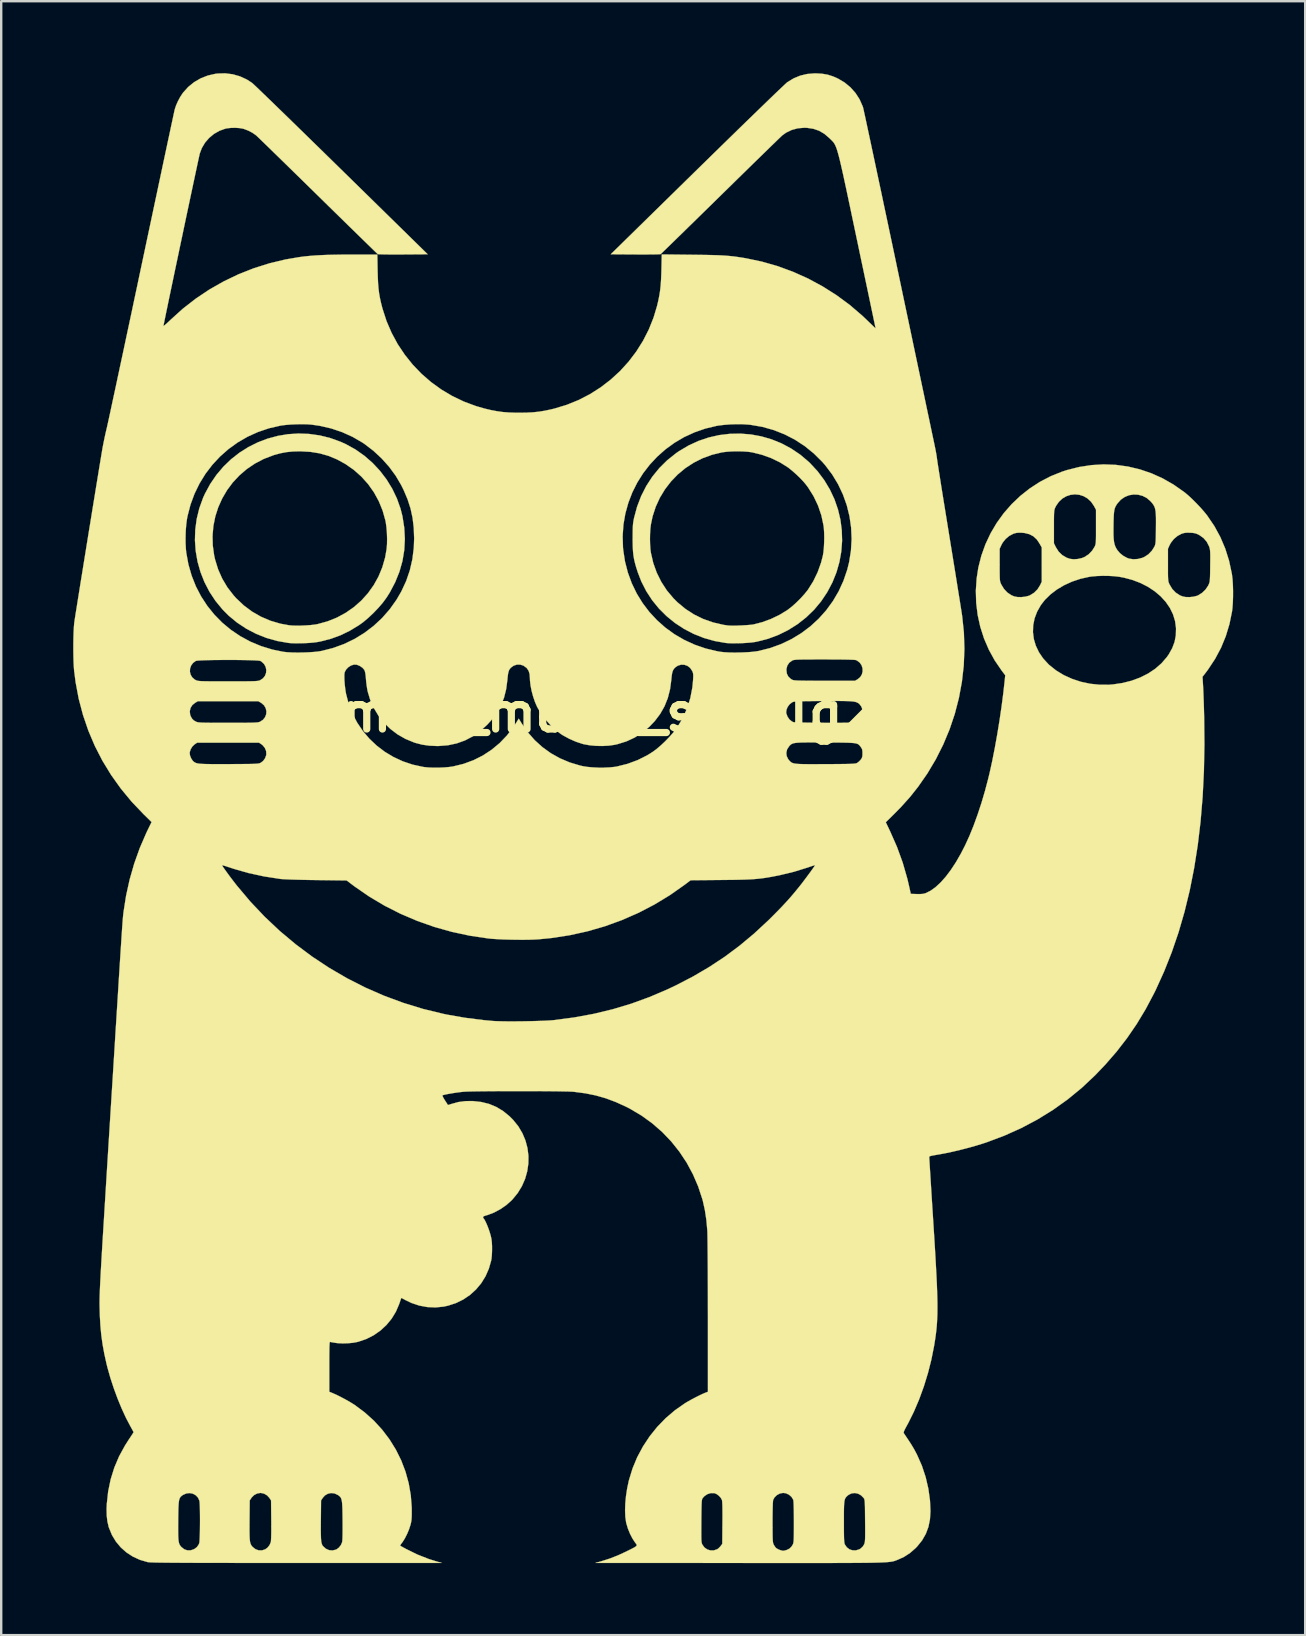
<source format=kicad_pcb>
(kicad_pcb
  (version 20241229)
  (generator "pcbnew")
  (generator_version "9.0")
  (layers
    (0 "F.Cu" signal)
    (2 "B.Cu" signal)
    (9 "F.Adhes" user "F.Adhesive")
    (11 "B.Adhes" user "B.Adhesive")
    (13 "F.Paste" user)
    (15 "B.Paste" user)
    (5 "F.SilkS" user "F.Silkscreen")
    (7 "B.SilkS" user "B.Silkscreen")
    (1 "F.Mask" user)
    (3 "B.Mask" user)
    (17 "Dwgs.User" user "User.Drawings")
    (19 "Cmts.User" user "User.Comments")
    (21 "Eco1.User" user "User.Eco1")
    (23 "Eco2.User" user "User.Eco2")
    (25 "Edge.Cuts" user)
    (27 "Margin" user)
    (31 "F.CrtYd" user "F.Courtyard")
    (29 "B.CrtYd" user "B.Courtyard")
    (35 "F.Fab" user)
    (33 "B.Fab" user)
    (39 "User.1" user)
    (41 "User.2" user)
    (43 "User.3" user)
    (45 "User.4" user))
  (footprint "mini_meow_silk_lg2"
    (layer "F.Cu")
    (at 22.352 26.631)
    (property "Reference" "mini_meow_silk_lg2" (at 0 0 0) (layer "F.SilkS") (effects (font (size 1.524 1.524) (thickness 0.3))))
    (attr through_hole)
    (fp_poly (pts (xy -12.526 -11.604) (xy -12.083 -11.542) (xy -11.642 -11.432) (xy -11.208 -11.275) (xy -10.986 -11.174) (xy -10.59 -10.954) (xy -10.22 -10.693) (xy -9.879 -10.395) (xy -9.57 -10.064) (xy -9.296 -9.704) (xy -9.06 -9.318) (xy -8.866 -8.912) (xy -8.716 -8.489) (xy -8.636 -8.173) (xy -8.561 -7.695) (xy -8.536 -7.225) (xy -8.561 -6.764) (xy -8.636 -6.31) (xy -8.762 -5.865) (xy -8.937 -5.43) (xy -9.161 -5.004) (xy -9.299 -4.786) (xy -9.449 -4.581) (xy -9.634 -4.365) (xy -9.84 -4.149) (xy -10.056 -3.945) (xy -10.271 -3.764) (xy -10.45 -3.635) (xy -10.834 -3.402) (xy -11.22 -3.215) (xy -11.617 -3.07) (xy -12.036 -2.962) (xy -12.179 -2.934) (xy -12.32 -2.915) (xy -12.496 -2.899) (xy -12.692 -2.888) (xy -12.895 -2.882) (xy -13.088 -2.881) (xy -13.26 -2.886) (xy -13.386 -2.897) (xy -13.851 -2.978) (xy -14.301 -3.105) (xy -14.733 -3.277) (xy -15.142 -3.49) (xy -15.525 -3.744) (xy -15.878 -4.035) (xy -16.127 -4.286) (xy -16.422 -4.644) (xy -16.675 -5.027) (xy -16.884 -5.43) (xy -17.05 -5.85) (xy -17.172 -6.283) (xy -17.249 -6.725) (xy -17.281 -7.172) (xy -17.275 -7.368) (xy -16.548 -7.368) (xy -16.538 -6.955) (xy -16.48 -6.539) (xy -16.443 -6.375) (xy -16.316 -5.963) (xy -16.145 -5.577) (xy -15.93 -5.215) (xy -15.671 -4.879) (xy -15.563 -4.759) (xy -15.245 -4.459) (xy -14.902 -4.203) (xy -14.533 -3.991) (xy -14.141 -3.823) (xy -13.725 -3.7) (xy -13.36 -3.633) (xy -13.222 -3.621) (xy -13.049 -3.616) (xy -12.854 -3.618) (xy -12.653 -3.627) (xy -12.46 -3.641) (xy -12.289 -3.661) (xy -12.174 -3.681) (xy -11.757 -3.796) (xy -11.363 -3.955) (xy -10.995 -4.155) (xy -10.656 -4.392) (xy -10.348 -4.664) (xy -10.073 -4.969) (xy -9.834 -5.304) (xy -9.633 -5.666) (xy -9.474 -6.052) (xy -9.357 -6.46) (xy -9.295 -6.817) (xy -9.279 -7.018) (xy -9.276 -7.247) (xy -9.284 -7.487) (xy -9.303 -7.719) (xy -9.332 -7.926) (xy -9.344 -7.989) (xy -9.46 -8.404) (xy -9.62 -8.798) (xy -9.823 -9.169) (xy -10.066 -9.513) (xy -10.347 -9.826) (xy -10.663 -10.107) (xy -11.011 -10.35) (xy -11.364 -10.543) (xy -11.721 -10.691) (xy -12.087 -10.795) (xy -12.468 -10.857) (xy -12.873 -10.88) (xy -12.916 -10.88) (xy -13.206 -10.872) (xy -13.466 -10.846) (xy -13.716 -10.799) (xy -13.976 -10.728) (xy -14.019 -10.714) (xy -14.415 -10.562) (xy -14.783 -10.369) (xy -15.122 -10.14) (xy -15.429 -9.876) (xy -15.704 -9.582) (xy -15.943 -9.261) (xy -16.145 -8.916) (xy -16.309 -8.551) (xy -16.432 -8.169) (xy -16.512 -7.774) (xy -16.548 -7.368) (xy -17.275 -7.368) (xy -17.267 -7.62) (xy -17.207 -8.066) (xy -17.099 -8.506) (xy -16.944 -8.936) (xy -16.868 -9.106) (xy -16.645 -9.518) (xy -16.386 -9.897) (xy -16.094 -10.242) (xy -15.773 -10.551) (xy -15.426 -10.823) (xy -15.055 -11.057) (xy -14.665 -11.252) (xy -14.258 -11.407) (xy -13.837 -11.521) (xy -13.406 -11.593) (xy -12.968 -11.621) (xy -12.526 -11.604)) (stroke (width 0.01) (type solid)) (fill yes) (layer "F.SilkS"))
    (fp_poly (pts (xy 5.882 -11.582) (xy 6.317 -11.502) (xy 6.743 -11.378) (xy 7.155 -11.211) (xy 7.551 -11) (xy 7.927 -10.747) (xy 8.278 -10.451) (xy 8.34 -10.392) (xy 8.66 -10.046) (xy 8.937 -9.676) (xy 9.171 -9.286) (xy 9.361 -8.88) (xy 9.507 -8.459) (xy 9.609 -8.029) (xy 9.666 -7.591) (xy 9.679 -7.15) (xy 9.646 -6.71) (xy 9.568 -6.272) (xy 9.445 -5.841) (xy 9.276 -5.42) (xy 9.061 -5.013) (xy 8.802 -4.626) (xy 8.51 -4.277) (xy 8.182 -3.961) (xy 7.822 -3.678) (xy 7.434 -3.434) (xy 7.023 -3.23) (xy 6.595 -3.07) (xy 6.153 -2.956) (xy 6.045 -2.935) (xy 5.898 -2.915) (xy 5.718 -2.9) (xy 5.519 -2.888) (xy 5.315 -2.882) (xy 5.121 -2.881) (xy 4.949 -2.886) (xy 4.826 -2.897) (xy 4.365 -2.978) (xy 3.92 -3.104) (xy 3.495 -3.273) (xy 3.092 -3.483) (xy 2.715 -3.73) (xy 2.366 -4.014) (xy 2.049 -4.33) (xy 1.766 -4.678) (xy 1.521 -5.054) (xy 1.315 -5.457) (xy 1.171 -5.83) (xy 1.103 -6.039) (xy 1.052 -6.22) (xy 1.013 -6.387) (xy 0.986 -6.55) (xy 0.968 -6.722) (xy 0.958 -6.916) (xy 0.954 -7.143) (xy 0.954 -7.223) (xy 1.675 -7.223) (xy 1.68 -7.007) (xy 1.693 -6.809) (xy 1.713 -6.654) (xy 1.812 -6.228) (xy 1.957 -5.823) (xy 2.146 -5.442) (xy 2.377 -5.086) (xy 2.65 -4.76) (xy 2.825 -4.586) (xy 3.155 -4.313) (xy 3.512 -4.082) (xy 3.896 -3.894) (xy 4.304 -3.751) (xy 4.736 -3.651) (xy 4.928 -3.623) (xy 5.016 -3.617) (xy 5.142 -3.615) (xy 5.294 -3.618) (xy 5.458 -3.624) (xy 5.624 -3.633) (xy 5.777 -3.644) (xy 5.906 -3.656) (xy 5.994 -3.669) (xy 6.355 -3.763) (xy 6.716 -3.896) (xy 7.063 -4.062) (xy 7.38 -4.254) (xy 7.423 -4.284) (xy 7.587 -4.412) (xy 7.764 -4.57) (xy 7.94 -4.744) (xy 8.102 -4.922) (xy 8.238 -5.089) (xy 8.262 -5.122) (xy 8.478 -5.467) (xy 8.66 -5.843) (xy 8.802 -6.239) (xy 8.877 -6.528) (xy 8.902 -6.678) (xy 8.92 -6.864) (xy 8.931 -7.072) (xy 8.935 -7.286) (xy 8.931 -7.493) (xy 8.919 -7.678) (xy 8.906 -7.785) (xy 8.816 -8.209) (xy 8.677 -8.618) (xy 8.492 -9.007) (xy 8.262 -9.375) (xy 8.175 -9.491) (xy 8.066 -9.621) (xy 7.928 -9.767) (xy 7.773 -9.916) (xy 7.615 -10.057) (xy 7.467 -10.177) (xy 7.419 -10.213) (xy 7.084 -10.423) (xy 6.717 -10.6) (xy 6.327 -10.739) (xy 5.931 -10.837) (xy 5.758 -10.861) (xy 5.55 -10.875) (xy 5.324 -10.88) (xy 5.096 -10.876) (xy 4.881 -10.862) (xy 4.695 -10.839) (xy 4.674 -10.836) (xy 4.26 -10.736) (xy 3.866 -10.591) (xy 3.496 -10.405) (xy 3.151 -10.18) (xy 2.835 -9.918) (xy 2.551 -9.624) (xy 2.301 -9.299) (xy 2.088 -8.947) (xy 1.915 -8.57) (xy 1.785 -8.171) (xy 1.712 -7.824) (xy 1.691 -7.648) (xy 1.679 -7.443) (xy 1.675 -7.223) (xy 0.954 -7.223) (xy 0.954 -7.252) (xy 0.955 -7.449) (xy 0.957 -7.606) (xy 0.961 -7.731) (xy 0.968 -7.834) (xy 0.979 -7.925) (xy 0.994 -8.013) (xy 1.012 -8.103) (xy 1.138 -8.571) (xy 1.308 -9.016) (xy 1.52 -9.433) (xy 1.773 -9.823) (xy 2.066 -10.183) (xy 2.397 -10.51) (xy 2.766 -10.804) (xy 2.883 -10.885) (xy 3.281 -11.121) (xy 3.695 -11.312) (xy 4.122 -11.456) (xy 4.558 -11.555) (xy 4.999 -11.608) (xy 5.441 -11.617) (xy 5.882 -11.582)) (stroke (width 0.01) (type solid)) (fill yes) (layer "F.SilkS"))
    (fp_poly (pts (xy -15.704 -26.586) (xy -15.402 -26.499) (xy -15.118 -26.368) (xy -14.901 -26.227) (xy -14.869 -26.199) (xy -14.802 -26.137) (xy -14.703 -26.043) (xy -14.573 -25.918) (xy -14.414 -25.765) (xy -14.228 -25.585) (xy -14.016 -25.381) (xy -13.781 -25.152) (xy -13.524 -24.903) (xy -13.248 -24.634) (xy -12.953 -24.346) (xy -12.642 -24.043) (xy -12.317 -23.725) (xy -11.979 -23.395) (xy -11.63 -23.053) (xy -11.272 -22.703) (xy -11.172 -22.605) (xy -7.585 -19.088) (xy -8.607 -19.081) (xy -8.831 -19.08) (xy -9.04 -19.08) (xy -9.228 -19.081) (xy -9.389 -19.083) (xy -9.518 -19.086) (xy -9.609 -19.089) (xy -9.658 -19.093) (xy -9.663 -19.094) (xy -9.685 -19.114) (xy -9.741 -19.167) (xy -9.829 -19.252) (xy -9.946 -19.366) (xy -10.092 -19.508) (xy -10.263 -19.675) (xy -10.458 -19.865) (xy -10.674 -20.076) (xy -10.91 -20.306) (xy -11.162 -20.554) (xy -11.43 -20.816) (xy -11.711 -21.091) (xy -12.002 -21.377) (xy -12.163 -21.535) (xy -12.461 -21.827) (xy -12.75 -22.111) (xy -13.029 -22.383) (xy -13.294 -22.643) (xy -13.544 -22.887) (xy -13.776 -23.114) (xy -13.989 -23.321) (xy -14.179 -23.507) (xy -14.346 -23.669) (xy -14.486 -23.805) (xy -14.597 -23.913) (xy -14.678 -23.99) (xy -14.726 -24.035) (xy -14.737 -24.045) (xy -14.885 -24.149) (xy -15.062 -24.241) (xy -15.243 -24.31) (xy -15.283 -24.321) (xy -15.429 -24.346) (xy -15.601 -24.357) (xy -15.781 -24.353) (xy -15.945 -24.335) (xy -16.016 -24.32) (xy -16.262 -24.232) (xy -16.489 -24.102) (xy -16.69 -23.935) (xy -16.86 -23.738) (xy -16.993 -23.515) (xy -17.078 -23.292) (xy -17.088 -23.251) (xy -17.107 -23.165) (xy -17.135 -23.037) (xy -17.171 -22.87) (xy -17.214 -22.668) (xy -17.264 -22.434) (xy -17.32 -22.172) (xy -17.381 -21.884) (xy -17.447 -21.575) (xy -17.516 -21.248) (xy -17.589 -20.906) (xy -17.664 -20.552) (xy -17.74 -20.191) (xy -17.817 -19.824) (xy -17.895 -19.457) (xy -17.971 -19.092) (xy -18.047 -18.733) (xy -18.121 -18.383) (xy -18.191 -18.045) (xy -18.259 -17.723) (xy -18.322 -17.421) (xy -18.381 -17.141) (xy -18.433 -16.887) (xy -18.48 -16.663) (xy -18.519 -16.472) (xy -18.551 -16.317) (xy -18.574 -16.202) (xy -18.589 -16.13) (xy -18.593 -16.105) (xy -18.576 -16.11) (xy -18.529 -16.146) (xy -18.458 -16.207) (xy -18.368 -16.29) (xy -18.294 -16.361) (xy -17.789 -16.818) (xy -17.251 -17.237) (xy -16.684 -17.617) (xy -16.09 -17.955) (xy -15.473 -18.252) (xy -14.836 -18.504) (xy -14.18 -18.711) (xy -13.509 -18.872) (xy -12.929 -18.971) (xy -12.722 -18.998) (xy -12.511 -19.019) (xy -12.288 -19.037) (xy -12.047 -19.051) (xy -11.783 -19.062) (xy -11.488 -19.069) (xy -11.156 -19.074) (xy -10.781 -19.075) (xy -10.703 -19.075) (xy -9.683 -19.075) (xy -9.671 -18.409) (xy -9.663 -18.128) (xy -9.652 -17.887) (xy -9.635 -17.674) (xy -9.611 -17.479) (xy -9.579 -17.291) (xy -9.538 -17.098) (xy -9.485 -16.889) (xy -9.465 -16.815) (xy -9.298 -16.301) (xy -9.086 -15.81) (xy -8.833 -15.343) (xy -8.539 -14.903) (xy -8.209 -14.491) (xy -7.844 -14.111) (xy -7.446 -13.765) (xy -7.018 -13.455) (xy -6.562 -13.184) (xy -6.081 -12.953) (xy -5.577 -12.765) (xy -5.223 -12.663) (xy -4.951 -12.598) (xy -4.701 -12.551) (xy -4.458 -12.517) (xy -4.206 -12.497) (xy -3.929 -12.488) (xy -3.759 -12.486) (xy -3.46 -12.491) (xy -3.196 -12.505) (xy -2.949 -12.531) (xy -2.705 -12.571) (xy -2.447 -12.626) (xy -2.299 -12.662) (xy -1.784 -12.819) (xy -1.29 -13.02) (xy -0.819 -13.264) (xy -0.374 -13.548) (xy 0.044 -13.87) (xy 0.431 -14.226) (xy 0.785 -14.615) (xy 1.104 -15.035) (xy 1.385 -15.482) (xy 1.626 -15.954) (xy 1.824 -16.449) (xy 1.967 -16.925) (xy 2.021 -17.15) (xy 2.063 -17.36) (xy 2.096 -17.567) (xy 2.12 -17.783) (xy 2.137 -18.02) (xy 2.148 -18.289) (xy 2.153 -18.463) (xy 2.166 -19.082) (xy 3.426 -19.068) (xy 3.755 -19.064) (xy 4.039 -19.06) (xy 4.286 -19.054) (xy 4.5 -19.048) (xy 4.69 -19.039) (xy 4.86 -19.028) (xy 5.018 -19.014) (xy 5.17 -18.998) (xy 5.322 -18.977) (xy 5.481 -18.953) (xy 5.652 -18.925) (xy 5.664 -18.923) (xy 6.333 -18.783) (xy 6.991 -18.595) (xy 7.634 -18.359) (xy 8.259 -18.079) (xy 8.862 -17.754) (xy 9.441 -17.388) (xy 9.993 -16.982) (xy 10.514 -16.536) (xy 10.712 -16.348) (xy 10.822 -16.241) (xy 10.919 -16.148) (xy 10.997 -16.074) (xy 11.05 -16.024) (xy 11.074 -16.004) (xy 11.074 -16.004) (xy 11.069 -16.03) (xy 11.054 -16.103) (xy 11.03 -16.219) (xy 10.996 -16.378) (xy 10.955 -16.575) (xy 10.906 -16.807) (xy 10.85 -17.074) (xy 10.788 -17.37) (xy 10.72 -17.694) (xy 10.646 -18.044) (xy 10.568 -18.415) (xy 10.485 -18.806) (xy 10.399 -19.214) (xy 10.311 -19.636) (xy 10.3 -19.685) (xy 10.192 -20.2) (xy 10.093 -20.669) (xy 10.004 -21.092) (xy 9.923 -21.473) (xy 9.851 -21.814) (xy 9.785 -22.118) (xy 9.727 -22.387) (xy 9.674 -22.623) (xy 9.627 -22.829) (xy 9.585 -23.007) (xy 9.546 -23.161) (xy 9.511 -23.291) (xy 9.479 -23.401) (xy 9.449 -23.493) (xy 9.42 -23.569) (xy 9.392 -23.633) (xy 9.364 -23.686) (xy 9.335 -23.73) (xy 9.305 -23.769) (xy 9.273 -23.805) (xy 9.238 -23.84) (xy 9.201 -23.876) (xy 9.159 -23.917) (xy 9.146 -23.929) (xy 8.941 -24.105) (xy 8.721 -24.234) (xy 8.482 -24.316) (xy 8.221 -24.355) (xy 8.103 -24.359) (xy 7.832 -24.336) (xy 7.579 -24.267) (xy 7.348 -24.156) (xy 7.191 -24.044) (xy 7.16 -24.015) (xy 7.095 -23.953) (xy 6.998 -23.86) (xy 6.872 -23.737) (xy 6.718 -23.588) (xy 6.539 -23.413) (xy 6.337 -23.216) (xy 6.114 -22.999) (xy 5.872 -22.763) (xy 5.614 -22.51) (xy 5.342 -22.244) (xy 5.058 -21.965) (xy 4.764 -21.677) (xy 4.617 -21.533) (xy 4.321 -21.242) (xy 4.034 -20.961) (xy 3.759 -20.692) (xy 3.498 -20.436) (xy 3.253 -20.197) (xy 3.027 -19.975) (xy 2.82 -19.774) (xy 2.636 -19.594) (xy 2.477 -19.439) (xy 2.344 -19.31) (xy 2.24 -19.209) (xy 2.167 -19.138) (xy 2.126 -19.1) (xy 2.119 -19.094) (xy 2.087 -19.09) (xy 2.01 -19.087) (xy 1.894 -19.084) (xy 1.743 -19.082) (xy 1.564 -19.081) (xy 1.362 -19.08) (xy 1.143 -19.081) (xy 1.064 -19.081) (xy 0.041 -19.088) (xy 3.642 -22.619) (xy 4.003 -22.972) (xy 4.355 -23.317) (xy 4.698 -23.652) (xy 5.028 -23.974) (xy 5.344 -24.283) (xy 5.645 -24.576) (xy 5.929 -24.851) (xy 6.193 -25.107) (xy 6.436 -25.342) (xy 6.656 -25.555) (xy 6.851 -25.743) (xy 7.02 -25.905) (xy 7.161 -26.038) (xy 7.271 -26.142) (xy 7.349 -26.215) (xy 7.393 -26.254) (xy 7.4 -26.259) (xy 7.663 -26.418) (xy 7.934 -26.53) (xy 8.219 -26.598) (xy 8.526 -26.624) (xy 8.584 -26.624) (xy 8.844 -26.61) (xy 9.077 -26.57) (xy 9.303 -26.498) (xy 9.512 -26.405) (xy 9.785 -26.243) (xy 10.028 -26.042) (xy 10.236 -25.808) (xy 10.406 -25.545) (xy 10.534 -25.257) (xy 10.551 -25.209) (xy 10.559 -25.174) (xy 10.578 -25.091) (xy 10.606 -24.962) (xy 10.644 -24.79) (xy 10.69 -24.576) (xy 10.744 -24.323) (xy 10.806 -24.033) (xy 10.876 -23.707) (xy 10.952 -23.349) (xy 11.035 -22.959) (xy 11.124 -22.54) (xy 11.219 -22.094) (xy 11.319 -21.624) (xy 11.423 -21.13) (xy 11.532 -20.616) (xy 11.645 -20.083) (xy 11.761 -19.534) (xy 11.88 -18.97) (xy 12.001 -18.393) (xy 12.015 -18.326) (xy 12.138 -17.744) (xy 12.258 -17.173) (xy 12.376 -16.614) (xy 12.491 -16.07) (xy 12.602 -15.543) (xy 12.709 -15.034) (xy 12.812 -14.547) (xy 12.91 -14.083) (xy 13.002 -13.645) (xy 13.089 -13.235) (xy 13.169 -12.854) (xy 13.242 -12.506) (xy 13.309 -12.192) (xy 13.367 -11.914) (xy 13.417 -11.676) (xy 13.459 -11.478) (xy 13.492 -11.323) (xy 13.515 -11.214) (xy 13.528 -11.151) (xy 13.528 -11.151) (xy 13.559 -11) (xy 13.587 -10.855) (xy 13.609 -10.73) (xy 13.624 -10.634) (xy 13.628 -10.597) (xy 13.634 -10.555) (xy 13.647 -10.466) (xy 13.667 -10.333) (xy 13.694 -10.16) (xy 13.727 -9.95) (xy 13.766 -9.706) (xy 13.809 -9.43) (xy 13.858 -9.128) (xy 13.91 -8.801) (xy 13.967 -8.453) (xy 14.026 -8.087) (xy 14.088 -7.706) (xy 14.136 -7.409) (xy 14.2 -7.014) (xy 14.263 -6.629) (xy 14.323 -6.257) (xy 14.381 -5.9) (xy 14.435 -5.564) (xy 14.485 -5.25) (xy 14.531 -4.963) (xy 14.573 -4.707) (xy 14.608 -4.484) (xy 14.637 -4.299) (xy 14.66 -4.154) (xy 14.675 -4.054) (xy 14.681 -4.013) (xy 14.753 -3.328) (xy 14.774 -2.642) (xy 14.747 -1.958) (xy 14.67 -1.279) (xy 14.546 -0.608) (xy 14.375 0.054) (xy 14.157 0.702) (xy 13.893 1.334) (xy 13.584 1.949) (xy 13.231 2.542) (xy 12.843 3.099) (xy 12.511 3.517) (xy 12.145 3.926) (xy 11.854 4.223) (xy 11.499 4.573) (xy 11.678 4.947) (xy 11.965 5.598) (xy 12.204 6.255) (xy 12.397 6.927) (xy 12.47 7.239) (xy 12.54 7.556) (xy 12.791 7.564) (xy 12.934 7.565) (xy 13.041 7.557) (xy 13.125 7.539) (xy 13.157 7.528) (xy 13.361 7.428) (xy 13.57 7.279) (xy 13.782 7.083) (xy 13.995 6.844) (xy 14.208 6.562) (xy 14.419 6.24) (xy 14.627 5.879) (xy 14.809 5.524) (xy 14.984 5.14) (xy 15.157 4.714) (xy 15.324 4.254) (xy 15.484 3.769) (xy 15.632 3.267) (xy 15.766 2.758) (xy 15.823 2.524) (xy 15.934 2.019) (xy 16.041 1.476) (xy 16.143 0.907) (xy 16.238 0.326) (xy 16.323 -0.255) (xy 16.397 -0.824) (xy 16.454 -1.34) (xy 16.475 -1.55) (xy 16.326 -1.746) (xy 16.037 -2.169) (xy 15.792 -2.616) (xy 15.591 -3.082) (xy 15.507 -3.346) (xy 17.63 -3.346) (xy 17.666 -3.06) (xy 17.75 -2.78) (xy 17.879 -2.509) (xy 18.054 -2.252) (xy 18.274 -2.012) (xy 18.306 -1.982) (xy 18.592 -1.753) (xy 18.912 -1.558) (xy 19.26 -1.4) (xy 19.63 -1.278) (xy 20.016 -1.196) (xy 20.414 -1.155) (xy 20.817 -1.157) (xy 20.957 -1.168) (xy 21.362 -1.228) (xy 21.744 -1.325) (xy 22.101 -1.458) (xy 22.43 -1.624) (xy 22.726 -1.822) (xy 22.987 -2.051) (xy 23.208 -2.308) (xy 23.287 -2.42) (xy 23.432 -2.68) (xy 23.53 -2.941) (xy 23.582 -3.213) (xy 23.59 -3.503) (xy 23.589 -3.518) (xy 23.55 -3.809) (xy 23.464 -4.09) (xy 23.334 -4.356) (xy 23.162 -4.606) (xy 22.952 -4.837) (xy 22.706 -5.046) (xy 22.427 -5.232) (xy 22.118 -5.39) (xy 21.782 -5.519) (xy 21.421 -5.616) (xy 21.222 -5.653) (xy 21.017 -5.677) (xy 20.783 -5.69) (xy 20.536 -5.693) (xy 20.294 -5.684) (xy 20.075 -5.665) (xy 19.976 -5.651) (xy 19.609 -5.569) (xy 19.259 -5.452) (xy 18.93 -5.302) (xy 18.628 -5.123) (xy 18.359 -4.918) (xy 18.127 -4.69) (xy 17.96 -4.475) (xy 17.805 -4.202) (xy 17.698 -3.921) (xy 17.64 -3.634) (xy 17.63 -3.346) (xy 15.507 -3.346) (xy 15.436 -3.565) (xy 15.327 -4.061) (xy 15.265 -4.566) (xy 15.251 -5.077) (xy 15.285 -5.589) (xy 15.355 -6.038) (xy 15.48 -6.532) (xy 15.583 -6.82) (xy 16.243 -6.82) (xy 16.243 -6.147) (xy 16.243 -5.945) (xy 16.244 -5.786) (xy 16.246 -5.665) (xy 16.249 -5.574) (xy 16.255 -5.506) (xy 16.264 -5.454) (xy 16.275 -5.412) (xy 16.291 -5.373) (xy 16.309 -5.334) (xy 16.421 -5.15) (xy 16.563 -4.998) (xy 16.731 -4.885) (xy 16.85 -4.835) (xy 16.986 -4.809) (xy 17.146 -4.806) (xy 17.31 -4.824) (xy 17.457 -4.862) (xy 17.504 -4.881) (xy 17.677 -4.988) (xy 17.822 -5.133) (xy 17.929 -5.305) (xy 17.996 -5.448) (xy 17.996 -6.871) (xy 17.909 -7.031) (xy 17.791 -7.206) (xy 17.649 -7.338) (xy 17.479 -7.427) (xy 17.28 -7.477) (xy 17.17 -7.487) (xy 17.047 -7.49) (xy 16.954 -7.483) (xy 16.871 -7.464) (xy 16.809 -7.443) (xy 16.642 -7.355) (xy 16.492 -7.229) (xy 16.369 -7.075) (xy 16.317 -6.98) (xy 16.243 -6.82) (xy 15.583 -6.82) (xy 15.651 -7.008) (xy 15.865 -7.464) (xy 16.024 -7.734) (xy 18.504 -7.734) (xy 18.504 -7.047) (xy 18.588 -6.878) (xy 18.702 -6.7) (xy 18.851 -6.556) (xy 19.029 -6.45) (xy 19.17 -6.401) (xy 19.326 -6.382) (xy 19.5 -6.394) (xy 19.671 -6.434) (xy 19.777 -6.477) (xy 19.95 -6.589) (xy 20.095 -6.741) (xy 20.197 -6.903) (xy 20.214 -6.94) (xy 20.228 -6.976) (xy 20.238 -7.017) (xy 20.246 -7.071) (xy 20.251 -7.143) (xy 20.254 -7.241) (xy 20.256 -7.37) (xy 20.256 -7.537) (xy 20.256 -7.575) (xy 20.983 -7.575) (xy 20.985 -7.387) (xy 20.993 -7.235) (xy 21.007 -7.111) (xy 21.029 -7.009) (xy 21.059 -6.92) (xy 21.1 -6.838) (xy 21.147 -6.763) (xy 21.254 -6.637) (xy 21.395 -6.524) (xy 21.551 -6.44) (xy 21.635 -6.409) (xy 21.809 -6.383) (xy 21.998 -6.394) (xy 22.182 -6.441) (xy 22.267 -6.477) (xy 22.438 -6.588) (xy 22.583 -6.739) (xy 22.634 -6.82) (xy 23.254 -6.82) (xy 23.254 -6.147) (xy 23.254 -5.945) (xy 23.254 -5.786) (xy 23.256 -5.665) (xy 23.26 -5.574) (xy 23.265 -5.506) (xy 23.274 -5.454) (xy 23.286 -5.412) (xy 23.302 -5.372) (xy 23.32 -5.333) (xy 23.433 -5.145) (xy 23.579 -4.993) (xy 23.752 -4.88) (xy 23.863 -4.835) (xy 23.994 -4.809) (xy 24.151 -4.806) (xy 24.311 -4.822) (xy 24.456 -4.858) (xy 24.511 -4.88) (xy 24.674 -4.982) (xy 24.818 -5.12) (xy 24.927 -5.281) (xy 24.94 -5.309) (xy 24.96 -5.352) (xy 24.976 -5.393) (xy 24.988 -5.437) (xy 24.996 -5.493) (xy 25.002 -5.567) (xy 25.007 -5.665) (xy 25.01 -5.796) (xy 25.012 -5.965) (xy 25.014 -6.111) (xy 25.016 -6.314) (xy 25.017 -6.473) (xy 25.016 -6.595) (xy 25.013 -6.688) (xy 25.007 -6.758) (xy 24.999 -6.813) (xy 24.987 -6.86) (xy 24.972 -6.906) (xy 24.968 -6.917) (xy 24.871 -7.109) (xy 24.737 -7.265) (xy 24.568 -7.386) (xy 24.559 -7.391) (xy 24.467 -7.437) (xy 24.387 -7.464) (xy 24.298 -7.48) (xy 24.181 -7.488) (xy 24.057 -7.49) (xy 23.962 -7.483) (xy 23.877 -7.463) (xy 23.819 -7.443) (xy 23.653 -7.355) (xy 23.502 -7.229) (xy 23.38 -7.075) (xy 23.327 -6.98) (xy 23.254 -6.82) (xy 22.634 -6.82) (xy 22.687 -6.905) (xy 22.705 -6.943) (xy 22.719 -6.981) (xy 22.729 -7.026) (xy 22.737 -7.085) (xy 22.743 -7.164) (xy 22.747 -7.271) (xy 22.75 -7.412) (xy 22.752 -7.593) (xy 22.753 -7.699) (xy 22.755 -7.931) (xy 22.754 -8.12) (xy 22.748 -8.271) (xy 22.737 -8.392) (xy 22.718 -8.49) (xy 22.691 -8.57) (xy 22.654 -8.641) (xy 22.606 -8.709) (xy 22.545 -8.78) (xy 22.529 -8.797) (xy 22.375 -8.931) (xy 22.201 -9.022) (xy 22.014 -9.072) (xy 21.822 -9.081) (xy 21.633 -9.05) (xy 21.453 -8.977) (xy 21.292 -8.866) (xy 21.158 -8.718) (xy 21.109 -8.647) (xy 21.071 -8.581) (xy 21.042 -8.513) (xy 21.021 -8.434) (xy 21.007 -8.337) (xy 20.997 -8.214) (xy 20.991 -8.058) (xy 20.986 -7.861) (xy 20.986 -7.806) (xy 20.983 -7.575) (xy 20.256 -7.575) (xy 20.256 -7.734) (xy 20.256 -8.445) (xy 20.17 -8.605) (xy 20.05 -8.78) (xy 19.904 -8.915) (xy 19.74 -9.011) (xy 19.563 -9.068) (xy 19.379 -9.087) (xy 19.196 -9.066) (xy 19.019 -9.008) (xy 18.856 -8.912) (xy 18.711 -8.777) (xy 18.592 -8.606) (xy 18.561 -8.543) (xy 18.544 -8.504) (xy 18.53 -8.465) (xy 18.521 -8.419) (xy 18.513 -8.36) (xy 18.509 -8.281) (xy 18.506 -8.175) (xy 18.504 -8.035) (xy 18.504 -7.855) (xy 18.504 -7.734) (xy 16.024 -7.734) (xy 16.12 -7.896) (xy 16.413 -8.302) (xy 16.742 -8.678) (xy 17.105 -9.024) (xy 17.498 -9.334) (xy 17.92 -9.608) (xy 18.368 -9.841) (xy 18.838 -10.031) (xy 19.041 -10.097) (xy 19.552 -10.226) (xy 20.064 -10.305) (xy 20.576 -10.335) (xy 21.084 -10.315) (xy 21.586 -10.246) (xy 22.08 -10.129) (xy 22.563 -9.965) (xy 23.033 -9.753) (xy 23.487 -9.494) (xy 23.922 -9.189) (xy 23.974 -9.149) (xy 24.115 -9.029) (xy 24.275 -8.879) (xy 24.443 -8.711) (xy 24.608 -8.537) (xy 24.758 -8.366) (xy 24.883 -8.212) (xy 24.893 -8.198) (xy 25.188 -7.764) (xy 25.437 -7.306) (xy 25.641 -6.826) (xy 25.799 -6.324) (xy 25.911 -5.802) (xy 25.923 -5.728) (xy 25.945 -5.538) (xy 25.959 -5.314) (xy 25.966 -5.069) (xy 25.965 -4.819) (xy 25.957 -4.577) (xy 25.941 -4.359) (xy 25.923 -4.207) (xy 25.816 -3.682) (xy 25.664 -3.18) (xy 25.466 -2.698) (xy 25.22 -2.236) (xy 24.928 -1.794) (xy 24.841 -1.676) (xy 24.694 -1.486) (xy 24.717 -1.105) (xy 24.723 -0.987) (xy 24.73 -0.827) (xy 24.737 -0.635) (xy 24.745 -0.42) (xy 24.752 -0.191) (xy 24.758 0.043) (xy 24.762 0.196) (xy 24.773 1.338) (xy 24.752 2.441) (xy 24.699 3.506) (xy 24.613 4.535) (xy 24.495 5.528) (xy 24.344 6.486) (xy 24.161 7.411) (xy 23.944 8.302) (xy 23.694 9.162) (xy 23.411 9.991) (xy 23.094 10.789) (xy 22.744 11.559) (xy 22.663 11.722) (xy 22.318 12.372) (xy 21.949 12.983) (xy 21.551 13.564) (xy 21.119 14.123) (xy 20.646 14.668) (xy 20.219 15.115) (xy 19.665 15.636) (xy 19.081 16.116) (xy 18.466 16.555) (xy 17.821 16.954) (xy 17.146 17.312) (xy 16.442 17.628) (xy 15.708 17.904) (xy 15.578 17.947) (xy 15.292 18.036) (xy 14.976 18.126) (xy 14.644 18.212) (xy 14.314 18.291) (xy 14.001 18.358) (xy 13.767 18.402) (xy 13.605 18.43) (xy 13.487 18.451) (xy 13.405 18.467) (xy 13.353 18.481) (xy 13.325 18.493) (xy 13.312 18.507) (xy 13.309 18.524) (xy 13.31 18.541) (xy 13.311 18.573) (xy 13.316 18.652) (xy 13.323 18.775) (xy 13.333 18.938) (xy 13.346 19.139) (xy 13.36 19.373) (xy 13.377 19.638) (xy 13.395 19.93) (xy 13.415 20.245) (xy 13.436 20.58) (xy 13.459 20.932) (xy 13.479 21.253) (xy 13.513 21.786) (xy 13.543 22.271) (xy 13.569 22.712) (xy 13.591 23.112) (xy 13.61 23.475) (xy 13.626 23.804) (xy 13.637 24.101) (xy 13.645 24.371) (xy 13.65 24.616) (xy 13.65 24.841) (xy 13.648 25.047) (xy 13.641 25.239) (xy 13.632 25.42) (xy 13.619 25.592) (xy 13.602 25.76) (xy 13.582 25.926) (xy 13.558 26.095) (xy 13.531 26.268) (xy 13.51 26.395) (xy 13.399 26.955) (xy 13.256 27.519) (xy 13.085 28.076) (xy 12.888 28.617) (xy 12.669 29.131) (xy 12.432 29.608) (xy 12.385 29.693) (xy 12.318 29.817) (xy 12.274 29.905) (xy 12.25 29.965) (xy 12.244 30.003) (xy 12.252 30.027) (xy 12.379 30.216) (xy 12.482 30.371) (xy 12.567 30.503) (xy 12.637 30.62) (xy 12.7 30.729) (xy 12.759 30.841) (xy 12.804 30.928) (xy 13.003 31.379) (xy 13.16 31.853) (xy 13.273 32.34) (xy 13.341 32.834) (xy 13.36 33.274) (xy 13.339 33.614) (xy 13.275 33.928) (xy 13.167 34.218) (xy 13.013 34.487) (xy 12.814 34.736) (xy 12.741 34.812) (xy 12.508 35.016) (xy 12.262 35.175) (xy 12.029 35.283) (xy 11.988 35.299) (xy 11.952 35.314) (xy 11.917 35.328) (xy 11.883 35.34) (xy 11.847 35.352) (xy 11.806 35.362) (xy 11.76 35.372) (xy 11.706 35.381) (xy 11.642 35.388) (xy 11.566 35.395) (xy 11.476 35.402) (xy 11.371 35.407) (xy 11.247 35.412) (xy 11.104 35.416) (xy 10.94 35.42) (xy 10.751 35.423) (xy 10.537 35.425) (xy 10.295 35.427) (xy 10.024 35.429) (xy 9.721 35.43) (xy 9.385 35.431) (xy 9.013 35.432) (xy 8.603 35.432) (xy 8.154 35.432) (xy 7.664 35.432) (xy 7.13 35.432) (xy 6.551 35.432) (xy 5.924 35.432) (xy 5.427 35.431) (xy -0.597 35.43) (xy -0.343 35.357) (xy 0.000427 35.247) (xy 0.338 35.115) (xy 0.689 34.953) (xy 0.724 34.935) (xy 0.875 34.86) (xy 0.986 34.803) (xy 1.061 34.76) (xy 1.105 34.726) (xy 1.122 34.695) (xy 1.116 34.664) (xy 1.093 34.627) (xy 1.056 34.58) (xy 1.054 34.577) (xy 0.945 34.411) (xy 0.843 34.212) (xy 0.801 34.109) (xy 3.813 34.109) (xy 3.813 34.261) (xy 3.814 34.378) (xy 3.817 34.467) (xy 3.822 34.532) (xy 3.828 34.581) (xy 3.837 34.617) (xy 3.849 34.647) (xy 3.859 34.668) (xy 3.945 34.785) (xy 4.06 34.866) (xy 4.193 34.908) (xy 4.335 34.906) (xy 4.475 34.859) (xy 4.534 34.816) (xy 4.597 34.752) (xy 4.615 34.73) (xy 4.686 34.637) (xy 4.694 33.771) (xy 4.694 33.721) (xy 6.782 33.721) (xy 6.782 33.953) (xy 6.783 34.141) (xy 6.784 34.288) (xy 6.787 34.402) (xy 6.791 34.488) (xy 6.797 34.551) (xy 6.805 34.597) (xy 6.815 34.632) (xy 6.828 34.661) (xy 6.83 34.666) (xy 6.874 34.739) (xy 6.921 34.799) (xy 6.93 34.807) (xy 7 34.852) (xy 7.094 34.893) (xy 7.186 34.919) (xy 7.226 34.923) (xy 7.283 34.914) (xy 7.358 34.894) (xy 7.374 34.888) (xy 7.489 34.831) (xy 7.573 34.747) (xy 7.623 34.666) (xy 7.636 34.637) (xy 7.646 34.603) (xy 7.655 34.559) (xy 7.661 34.499) (xy 7.665 34.418) (xy 7.668 34.309) (xy 7.67 34.167) (xy 7.671 33.987) (xy 7.671 33.762) (xy 7.671 33.721) (xy 7.671 33.72) (xy 9.754 33.72) (xy 9.754 33.958) (xy 9.755 34.151) (xy 9.757 34.303) (xy 9.76 34.421) (xy 9.765 34.51) (xy 9.772 34.574) (xy 9.78 34.619) (xy 9.79 34.652) (xy 9.793 34.658) (xy 9.876 34.779) (xy 9.986 34.862) (xy 10.115 34.905) (xy 10.254 34.906) (xy 10.394 34.863) (xy 10.448 34.832) (xy 10.544 34.742) (xy 10.595 34.657) (xy 10.608 34.624) (xy 10.619 34.589) (xy 10.627 34.545) (xy 10.633 34.487) (xy 10.637 34.41) (xy 10.639 34.307) (xy 10.64 34.173) (xy 10.64 34.002) (xy 10.638 33.789) (xy 10.637 33.67) (xy 10.635 33.436) (xy 10.633 33.247) (xy 10.631 33.098) (xy 10.627 32.983) (xy 10.623 32.898) (xy 10.617 32.836) (xy 10.61 32.793) (xy 10.6 32.762) (xy 10.588 32.739) (xy 10.577 32.723) (xy 10.469 32.614) (xy 10.344 32.544) (xy 10.21 32.517) (xy 10.076 32.532) (xy 9.951 32.592) (xy 9.914 32.621) (xy 9.873 32.658) (xy 9.84 32.694) (xy 9.813 32.734) (xy 9.793 32.784) (xy 9.777 32.849) (xy 9.767 32.935) (xy 9.76 33.046) (xy 9.756 33.19) (xy 9.754 33.37) (xy 9.754 33.593) (xy 9.754 33.72) (xy 7.671 33.72) (xy 7.67 33.464) (xy 7.667 33.244) (xy 7.663 33.065) (xy 7.658 32.929) (xy 7.651 32.839) (xy 7.644 32.799) (xy 7.574 32.682) (xy 7.469 32.589) (xy 7.342 32.529) (xy 7.226 32.512) (xy 7.091 32.536) (xy 6.966 32.601) (xy 6.866 32.698) (xy 6.809 32.799) (xy 6.801 32.847) (xy 6.794 32.944) (xy 6.789 33.085) (xy 6.785 33.27) (xy 6.782 33.494) (xy 6.782 33.721) (xy 4.694 33.721) (xy 4.696 33.497) (xy 4.695 33.266) (xy 4.693 33.08) (xy 4.688 32.94) (xy 4.681 32.848) (xy 4.675 32.813) (xy 4.628 32.722) (xy 4.548 32.633) (xy 4.453 32.562) (xy 4.359 32.523) (xy 4.358 32.523) (xy 4.21 32.52) (xy 4.068 32.564) (xy 3.942 32.649) (xy 3.876 32.723) (xy 3.862 32.744) (xy 3.85 32.768) (xy 3.841 32.801) (xy 3.834 32.848) (xy 3.829 32.915) (xy 3.825 33.006) (xy 3.822 33.127) (xy 3.819 33.284) (xy 3.817 33.482) (xy 3.815 33.681) (xy 3.814 33.918) (xy 3.813 34.109) (xy 0.801 34.109) (xy 0.756 33.999) (xy 0.693 33.79) (xy 0.681 33.739) (xy 0.649 33.511) (xy 0.638 33.247) (xy 0.647 32.955) (xy 0.676 32.647) (xy 0.724 32.331) (xy 0.791 32.017) (xy 0.802 31.973) (xy 0.95 31.49) (xy 1.144 31.024) (xy 1.383 30.578) (xy 1.662 30.155) (xy 1.979 29.76) (xy 2.332 29.396) (xy 2.717 29.068) (xy 3.131 28.779) (xy 3.157 28.763) (xy 3.278 28.691) (xy 3.421 28.612) (xy 3.575 28.531) (xy 3.726 28.455) (xy 3.863 28.39) (xy 3.973 28.342) (xy 4.007 28.33) (xy 4.089 28.3) (xy 4.089 25.142) (xy 4.088 24.737) (xy 4.088 24.341) (xy 4.087 23.956) (xy 4.085 23.588) (xy 4.084 23.239) (xy 4.082 22.912) (xy 4.08 22.612) (xy 4.077 22.343) (xy 4.075 22.107) (xy 4.072 21.908) (xy 4.069 21.75) (xy 4.067 21.636) (xy 4.064 21.581) (xy 4.025 21.145) (xy 3.962 20.728) (xy 3.876 20.342) (xy 3.858 20.277) (xy 3.683 19.745) (xy 3.464 19.237) (xy 3.204 18.754) (xy 2.902 18.299) (xy 2.563 17.873) (xy 2.187 17.48) (xy 1.777 17.122) (xy 1.334 16.8) (xy 0.86 16.518) (xy 0.673 16.421) (xy 0.249 16.228) (xy -0.165 16.073) (xy -0.581 15.954) (xy -1.014 15.866) (xy -1.476 15.805) (xy -1.537 15.799) (xy -1.615 15.795) (xy -1.74 15.79) (xy -1.905 15.787) (xy -2.106 15.783) (xy -2.338 15.78) (xy -2.595 15.778) (xy -2.872 15.776) (xy -3.166 15.775) (xy -3.47 15.774) (xy -3.779 15.774) (xy -4.089 15.774) (xy -4.394 15.775) (xy -4.689 15.776) (xy -4.97 15.778) (xy -5.231 15.78) (xy -5.467 15.783) (xy -5.674 15.786) (xy -5.846 15.79) (xy -5.978 15.794) (xy -6.065 15.799) (xy -6.071 15.799) (xy -6.201 15.812) (xy -6.345 15.831) (xy -6.493 15.852) (xy -6.636 15.876) (xy -6.765 15.899) (xy -6.869 15.921) (xy -6.941 15.939) (xy -6.968 15.951) (xy -6.965 15.98) (xy -6.938 16.039) (xy -6.892 16.119) (xy -6.867 16.158) (xy -6.813 16.242) (xy -6.77 16.308) (xy -6.746 16.346) (xy -6.742 16.351) (xy -6.719 16.347) (xy -6.661 16.33) (xy -6.592 16.307) (xy -6.303 16.228) (xy -6.006 16.19) (xy -5.702 16.188) (xy -5.352 16.227) (xy -5.026 16.308) (xy -4.724 16.434) (xy -4.44 16.606) (xy -4.173 16.824) (xy -4.024 16.975) (xy -3.809 17.241) (xy -3.639 17.528) (xy -3.512 17.831) (xy -3.428 18.146) (xy -3.388 18.468) (xy -3.391 18.793) (xy -3.438 19.115) (xy -3.527 19.43) (xy -3.66 19.734) (xy -3.835 20.021) (xy -4.053 20.287) (xy -4.1 20.335) (xy -4.317 20.527) (xy -4.562 20.695) (xy -4.821 20.833) (xy -5.081 20.933) (xy -5.163 20.956) (xy -5.246 20.985) (xy -5.281 21.02) (xy -5.268 21.061) (xy -5.259 21.071) (xy -5.215 21.133) (xy -5.163 21.233) (xy -5.107 21.361) (xy -5.051 21.506) (xy -5 21.656) (xy -4.958 21.8) (xy -4.93 21.928) (xy -4.929 21.931) (xy -4.913 22.066) (xy -4.904 22.233) (xy -4.904 22.412) (xy -4.911 22.588) (xy -4.925 22.743) (xy -4.939 22.829) (xy -5.036 23.17) (xy -5.175 23.487) (xy -5.354 23.777) (xy -5.57 24.036) (xy -5.82 24.263) (xy -6.099 24.453) (xy -6.406 24.604) (xy -6.738 24.712) (xy -6.924 24.752) (xy -7.26 24.785) (xy -7.6 24.77) (xy -7.937 24.708) (xy -8.262 24.599) (xy -8.524 24.473) (xy -8.602 24.43) (xy -8.66 24.4) (xy -8.686 24.389) (xy -8.687 24.389) (xy -8.695 24.415) (xy -8.716 24.478) (xy -8.747 24.568) (xy -8.773 24.645) (xy -8.908 24.961) (xy -9.085 25.252) (xy -9.301 25.515) (xy -9.55 25.746) (xy -9.83 25.942) (xy -10.135 26.098) (xy -10.462 26.211) (xy -10.522 26.226) (xy -10.701 26.259) (xy -10.909 26.278) (xy -11.122 26.284) (xy -11.321 26.275) (xy -11.403 26.265) (xy -11.504 26.25) (xy -11.588 26.235) (xy -11.641 26.223) (xy -11.648 26.221) (xy -11.657 26.224) (xy -11.665 26.243) (xy -11.671 26.282) (xy -11.675 26.345) (xy -11.679 26.437) (xy -11.681 26.562) (xy -11.683 26.723) (xy -11.684 26.926) (xy -11.684 27.174) (xy -11.684 27.253) (xy -11.684 28.298) (xy -11.551 28.352) (xy -11.395 28.421) (xy -11.214 28.511) (xy -11.023 28.612) (xy -10.838 28.716) (xy -10.676 28.816) (xy -10.626 28.848) (xy -10.208 29.159) (xy -9.826 29.503) (xy -9.482 29.878) (xy -9.176 30.281) (xy -8.911 30.709) (xy -8.688 31.158) (xy -8.509 31.627) (xy -8.376 32.112) (xy -8.289 32.61) (xy -8.25 33.119) (xy -8.249 33.236) (xy -8.249 33.403) (xy -8.253 33.532) (xy -8.26 33.635) (xy -8.273 33.723) (xy -8.293 33.811) (xy -8.302 33.846) (xy -8.361 34.028) (xy -8.44 34.217) (xy -8.529 34.394) (xy -8.621 34.544) (xy -8.647 34.578) (xy -8.695 34.644) (xy -8.726 34.691) (xy -8.733 34.709) (xy -8.709 34.724) (xy -8.649 34.757) (xy -8.564 34.804) (xy -8.484 34.848) (xy -8.017 35.078) (xy -7.545 35.264) (xy -7.239 35.36) (xy -6.998 35.43) (xy -13.043 35.429) (xy -13.712 35.429) (xy -14.331 35.429) (xy -14.904 35.429) (xy -15.431 35.429) (xy -15.915 35.428) (xy -16.357 35.428) (xy -16.759 35.427) (xy -17.124 35.426) (xy -17.452 35.425) (xy -17.745 35.424) (xy -18.007 35.422) (xy -18.237 35.421) (xy -18.439 35.419) (xy -18.613 35.417) (xy -18.763 35.415) (xy -18.888 35.413) (xy -18.993 35.41) (xy -19.077 35.407) (xy -19.144 35.404) (xy -19.194 35.401) (xy -19.231 35.397) (xy -19.253 35.394) (xy -19.572 35.301) (xy -19.867 35.166) (xy -20.134 34.992) (xy -20.371 34.782) (xy -20.573 34.54) (xy -20.738 34.268) (xy -20.803 34.11) (xy -17.98 34.11) (xy -17.978 34.272) (xy -17.973 34.401) (xy -17.964 34.501) (xy -17.95 34.578) (xy -17.932 34.639) (xy -17.908 34.687) (xy -17.877 34.73) (xy -17.848 34.763) (xy -17.73 34.858) (xy -17.598 34.905) (xy -17.457 34.904) (xy -17.316 34.854) (xy -17.298 34.844) (xy -17.199 34.769) (xy -17.129 34.669) (xy -17.102 34.608) (xy -17.094 34.561) (xy -17.087 34.471) (xy -17.081 34.345) (xy -17.076 34.192) (xy -17.074 34.099) (xy -15.008 34.099) (xy -15.006 34.263) (xy -15.001 34.393) (xy -14.993 34.495) (xy -14.98 34.573) (xy -14.962 34.634) (xy -14.938 34.684) (xy -14.909 34.726) (xy -14.877 34.763) (xy -14.759 34.856) (xy -14.626 34.905) (xy -14.485 34.906) (xy -14.349 34.86) (xy -14.252 34.787) (xy -14.171 34.682) (xy -14.122 34.567) (xy -14.113 34.506) (xy -14.107 34.397) (xy -14.103 34.241) (xy -14.101 34.11) (xy -12.037 34.11) (xy -12.034 34.275) (xy -12.03 34.406) (xy -12.022 34.508) (xy -12.01 34.585) (xy -11.994 34.644) (xy -11.974 34.689) (xy -11.949 34.726) (xy -11.942 34.734) (xy -11.826 34.838) (xy -11.693 34.897) (xy -11.552 34.91) (xy -11.41 34.876) (xy -11.377 34.86) (xy -11.28 34.787) (xy -11.2 34.682) (xy -11.15 34.567) (xy -11.141 34.506) (xy -11.135 34.396) (xy -11.131 34.24) (xy -11.129 34.039) (xy -11.129 33.796) (xy -11.13 33.66) (xy -11.133 33.417) (xy -11.136 33.219) (xy -11.142 33.06) (xy -11.15 32.936) (xy -11.163 32.841) (xy -11.181 32.768) (xy -11.204 32.714) (xy -11.235 32.672) (xy -11.274 32.636) (xy -11.323 32.602) (xy -11.332 32.596) (xy -11.466 32.534) (xy -11.607 32.518) (xy -11.742 32.546) (xy -11.864 32.616) (xy -11.955 32.717) (xy -12.027 32.826) (xy -12.035 33.653) (xy -12.037 33.904) (xy -12.037 34.11) (xy -14.101 34.11) (xy -14.101 34.039) (xy -14.101 33.795) (xy -14.102 33.646) (xy -14.11 32.826) (xy -14.181 32.718) (xy -14.277 32.615) (xy -14.4 32.544) (xy -14.534 32.514) (xy -14.554 32.513) (xy -14.689 32.537) (xy -14.815 32.602) (xy -14.916 32.701) (xy -14.927 32.718) (xy -14.999 32.826) (xy -15.006 33.646) (xy -15.008 33.895) (xy -15.008 34.099) (xy -17.074 34.099) (xy -17.073 34.019) (xy -17.071 33.833) (xy -17.07 33.643) (xy -17.071 33.456) (xy -17.073 33.28) (xy -17.076 33.122) (xy -17.081 32.991) (xy -17.087 32.893) (xy -17.095 32.837) (xy -17.095 32.837) (xy -17.155 32.708) (xy -17.248 32.61) (xy -17.365 32.546) (xy -17.497 32.519) (xy -17.634 32.533) (xy -17.767 32.59) (xy -17.778 32.596) (xy -17.828 32.631) (xy -17.868 32.666) (xy -17.9 32.707) (xy -17.925 32.759) (xy -17.943 32.828) (xy -17.956 32.919) (xy -17.965 33.038) (xy -17.971 33.19) (xy -17.975 33.382) (xy -17.978 33.618) (xy -17.978 33.66) (xy -17.98 33.907) (xy -17.98 34.11) (xy -20.803 34.11) (xy -20.861 33.97) (xy -20.876 33.921) (xy -20.928 33.7) (xy -20.956 33.458) (xy -20.962 33.184) (xy -20.953 32.973) (xy -20.896 32.45) (xy -20.792 31.947) (xy -20.641 31.461) (xy -20.443 30.992) (xy -20.195 30.538) (xy -20.052 30.313) (xy -19.977 30.202) (xy -19.914 30.106) (xy -19.867 30.033) (xy -19.841 29.99) (xy -19.837 29.983) (xy -19.849 29.957) (xy -19.881 29.897) (xy -19.927 29.813) (xy -19.969 29.738) (xy -20.152 29.39) (xy -20.331 29.003) (xy -20.502 28.588) (xy -20.661 28.156) (xy -20.804 27.721) (xy -20.925 27.292) (xy -20.966 27.127) (xy -21.056 26.72) (xy -21.127 26.333) (xy -21.181 25.95) (xy -21.218 25.558) (xy -21.242 25.142) (xy -21.25 24.841) (xy -21.252 24.771) (xy -21.253 24.704) (xy -21.254 24.636) (xy -21.254 24.566) (xy -21.253 24.492) (xy -21.252 24.413) (xy -21.25 24.325) (xy -21.247 24.228) (xy -21.243 24.119) (xy -21.238 23.996) (xy -21.232 23.857) (xy -21.224 23.701) (xy -21.215 23.525) (xy -21.205 23.327) (xy -21.192 23.105) (xy -21.178 22.858) (xy -21.162 22.583) (xy -21.144 22.278) (xy -21.124 21.942) (xy -21.101 21.573) (xy -21.076 21.168) (xy -21.049 20.725) (xy -21.019 20.243) (xy -20.987 19.719) (xy -20.952 19.152) (xy -20.914 18.54) (xy -20.873 17.88) (xy -20.843 17.399) (xy -20.794 16.609) (xy -20.748 15.869) (xy -20.704 15.176) (xy -20.664 14.528) (xy -20.626 13.925) (xy -20.592 13.365) (xy -20.559 12.845) (xy -20.529 12.364) (xy -20.501 11.921) (xy -20.476 11.514) (xy -20.453 11.141) (xy -20.431 10.801) (xy -20.412 10.492) (xy -20.394 10.212) (xy -20.378 9.96) (xy -20.363 9.734) (xy -20.35 9.533) (xy -20.339 9.354) (xy -20.328 9.197) (xy -20.319 9.059) (xy -20.311 8.939) (xy -20.303 8.835) (xy -20.297 8.746) (xy -20.291 8.67) (xy -20.286 8.605) (xy -20.281 8.55) (xy -20.277 8.503) (xy -20.273 8.462) (xy -20.269 8.426) (xy -20.266 8.393) (xy -20.262 8.362) (xy -20.258 8.331) (xy -20.256 8.313) (xy -20.15 7.634) (xy -20.001 6.958) (xy -19.83 6.363) (xy -16.15 6.363) (xy -16.14 6.387) (xy -16.104 6.445) (xy -16.045 6.53) (xy -15.968 6.638) (xy -15.879 6.761) (xy -15.78 6.893) (xy -15.677 7.028) (xy -15.575 7.16) (xy -15.527 7.221) (xy -14.967 7.885) (xy -14.372 8.513) (xy -13.745 9.104) (xy -13.086 9.656) (xy -12.399 10.169) (xy -11.685 10.641) (xy -10.946 11.071) (xy -10.183 11.459) (xy -9.399 11.802) (xy -8.595 12.099) (xy -7.774 12.351) (xy -6.936 12.554) (xy -6.785 12.586) (xy -6.037 12.717) (xy -5.263 12.815) (xy -4.864 12.852) (xy -4.728 12.859) (xy -4.551 12.864) (xy -4.339 12.868) (xy -4.102 12.869) (xy -3.849 12.868) (xy -3.587 12.865) (xy -3.325 12.86) (xy -3.072 12.854) (xy -2.837 12.846) (xy -2.627 12.837) (xy -2.451 12.827) (xy -2.324 12.816) (xy -1.48 12.704) (xy -0.666 12.554) (xy 0.125 12.363) (xy 0.897 12.131) (xy 1.655 11.855) (xy 2.405 11.535) (xy 2.756 11.368) (xy 3.472 10.997) (xy 4.148 10.6) (xy 4.792 10.175) (xy 5.41 9.714) (xy 6.009 9.214) (xy 6.596 8.67) (xy 6.746 8.522) (xy 6.983 8.283) (xy 7.19 8.069) (xy 7.375 7.869) (xy 7.548 7.675) (xy 7.715 7.477) (xy 7.886 7.267) (xy 7.932 7.21) (xy 8.009 7.112) (xy 8.095 6.998) (xy 8.186 6.877) (xy 8.277 6.754) (xy 8.363 6.637) (xy 8.438 6.533) (xy 8.498 6.447) (xy 8.538 6.388) (xy 8.553 6.361) (xy 8.553 6.36) (xy 8.528 6.366) (xy 8.465 6.385) (xy 8.373 6.415) (xy 8.261 6.454) (xy 8.255 6.456) (xy 7.677 6.635) (xy 7.077 6.78) (xy 6.95 6.805) (xy 6.77 6.84) (xy 6.606 6.869) (xy 6.453 6.894) (xy 6.303 6.914) (xy 6.151 6.93) (xy 5.989 6.944) (xy 5.813 6.954) (xy 5.615 6.962) (xy 5.389 6.968) (xy 5.128 6.973) (xy 4.827 6.976) (xy 4.625 6.978) (xy 3.369 6.99) (xy 3.126 7.174) (xy 2.51 7.607) (xy 1.868 7.997) (xy 1.202 8.344) (xy 0.513 8.646) (xy -0.195 8.904) (xy -0.923 9.115) (xy -1.666 9.279) (xy -2.424 9.396) (xy -2.979 9.451) (xy -3.169 9.461) (xy -3.395 9.468) (xy -3.648 9.47) (xy -3.915 9.468) (xy -4.186 9.463) (xy -4.45 9.455) (xy -4.695 9.443) (xy -4.91 9.429) (xy -5.067 9.413) (xy -5.833 9.299) (xy -6.583 9.138) (xy -7.314 8.932) (xy -8.025 8.681) (xy -8.714 8.387) (xy -9.378 8.051) (xy -10.016 7.672) (xy -10.625 7.252) (xy -10.757 7.153) (xy -10.96 6.998) (xy -12.217 6.982) (xy -12.494 6.978) (xy -12.756 6.973) (xy -12.999 6.967) (xy -13.217 6.961) (xy -13.405 6.954) (xy -13.557 6.947) (xy -13.667 6.94) (xy -13.716 6.936) (xy -14.404 6.829) (xy -15.058 6.687) (xy -15.678 6.509) (xy -15.773 6.477) (xy -15.901 6.435) (xy -16.01 6.4) (xy -16.093 6.375) (xy -16.142 6.363) (xy -16.15 6.363) (xy -19.83 6.363) (xy -19.81 6.292) (xy -19.579 5.646) (xy -19.312 5.028) (xy -19.26 4.918) (xy -19.087 4.565) (xy -19.427 4.232) (xy -19.919 3.715) (xy -20.368 3.171) (xy -20.773 2.603) (xy -21.135 2.01) (xy -21.293 1.702) (xy -17.501 1.702) (xy -17.483 1.803) (xy -17.438 1.912) (xy -17.377 2.006) (xy -17.326 2.055) (xy -17.292 2.077) (xy -17.256 2.096) (xy -17.213 2.112) (xy -17.159 2.124) (xy -17.088 2.134) (xy -16.997 2.141) (xy -16.881 2.146) (xy -16.736 2.15) (xy -16.557 2.151) (xy -16.339 2.152) (xy -16.078 2.152) (xy -15.862 2.151) (xy -15.581 2.15) (xy -15.345 2.148) (xy -15.151 2.147) (xy -14.994 2.145) (xy -14.87 2.142) (xy -14.774 2.138) (xy -14.701 2.133) (xy -14.646 2.127) (xy -14.606 2.12) (xy -14.576 2.111) (xy -14.55 2.1) (xy -14.546 2.098) (xy -14.441 2.02) (xy -14.36 1.908) (xy -14.312 1.778) (xy -14.307 1.742) (xy -14.316 1.607) (xy -14.368 1.478) (xy -14.457 1.368) (xy -14.511 1.325) (xy -14.614 1.257) (xy -17.187 1.257) (xy -17.29 1.325) (xy -17.384 1.413) (xy -17.456 1.527) (xy -17.496 1.649) (xy -17.501 1.702) (xy -21.293 1.702) (xy -21.451 1.395) (xy -21.721 0.759) (xy -21.945 0.103) (xy -21.986 -0.052) (xy -17.496 -0.052) (xy -17.481 0.09) (xy -17.462 0.146) (xy -17.403 0.256) (xy -17.327 0.332) (xy -17.234 0.384) (xy -17.208 0.395) (xy -17.177 0.404) (xy -17.136 0.411) (xy -17.082 0.417) (xy -17.01 0.422) (xy -16.914 0.425) (xy -16.791 0.427) (xy -16.636 0.429) (xy -16.444 0.43) (xy -16.211 0.431) (xy -15.932 0.431) (xy -15.9 0.431) (xy -15.617 0.431) (xy -15.379 0.43) (xy -15.183 0.429) (xy -15.024 0.428) (xy -14.898 0.425) (xy -14.8 0.422) (xy -14.725 0.417) (xy -14.669 0.412) (xy -14.628 0.405) (xy -14.596 0.396) (xy -14.57 0.385) (xy -14.567 0.384) (xy -14.445 0.304) (xy -14.361 0.198) (xy -14.313 0.075) (xy -14.304 -0.054) (xy -14.334 -0.181) (xy -14.402 -0.297) (xy -14.51 -0.392) (xy -14.525 -0.4) (xy -14.643 -0.47) (xy -17.158 -0.47) (xy -17.276 -0.4) (xy -17.391 -0.306) (xy -17.465 -0.187) (xy -17.496 -0.052) (xy -21.986 -0.052) (xy -22.123 -0.571) (xy -22.253 -1.263) (xy -22.308 -1.7) (xy -17.491 -1.7) (xy -17.46 -1.574) (xy -17.393 -1.462) (xy -17.289 -1.372) (xy -17.236 -1.344) (xy -17.209 -1.333) (xy -17.178 -1.324) (xy -17.138 -1.316) (xy -17.084 -1.31) (xy -17.012 -1.306) (xy -16.918 -1.302) (xy -16.796 -1.3) (xy -16.642 -1.298) (xy -16.451 -1.297) (xy -16.22 -1.297) (xy -15.943 -1.297) (xy -15.9 -1.297) (xy -15.617 -1.297) (xy -15.379 -1.297) (xy -15.183 -1.298) (xy -15.025 -1.3) (xy -14.899 -1.302) (xy -14.8 -1.305) (xy -14.725 -1.31) (xy -14.669 -1.315) (xy -14.628 -1.323) (xy -14.596 -1.331) (xy -14.569 -1.342) (xy -14.565 -1.344) (xy -14.446 -1.422) (xy -14.408 -1.471) (xy -11.058 -1.471) (xy -11.053 -1.327) (xy -11.041 -1.168) (xy -11.022 -1.004) (xy -10.999 -0.846) (xy -10.984 -0.769) (xy -10.874 -0.35) (xy -10.719 0.048) (xy -10.522 0.423) (xy -10.286 0.772) (xy -10.014 1.093) (xy -9.708 1.382) (xy -9.373 1.637) (xy -9.009 1.855) (xy -8.621 2.035) (xy -8.211 2.173) (xy -7.781 2.266) (xy -7.722 2.275) (xy -7.549 2.292) (xy -7.343 2.3) (xy -7.121 2.299) (xy -6.898 2.29) (xy -6.693 2.272) (xy -6.528 2.248) (xy -6.091 2.141) (xy -5.677 1.988) (xy -5.286 1.792) (xy -4.922 1.553) (xy -4.586 1.274) (xy -4.281 0.955) (xy -4.009 0.599) (xy -3.928 0.474) (xy -3.791 0.256) (xy -3.66 0.47) (xy -3.412 0.828) (xy -3.127 1.153) (xy -2.807 1.443) (xy -2.456 1.696) (xy -2.075 1.909) (xy -1.669 2.081) (xy -1.239 2.21) (xy -1.118 2.238) (xy -0.935 2.267) (xy -0.717 2.287) (xy -0.481 2.298) (xy -0.241 2.298) (xy -0.011 2.288) (xy 0.192 2.268) (xy 0.292 2.252) (xy 0.74 2.14) (xy 1.164 1.983) (xy 1.565 1.781) (xy 1.739 1.674) (xy 7.355 1.674) (xy 7.369 1.811) (xy 7.431 1.941) (xy 7.475 1.997) (xy 7.509 2.032) (xy 7.541 2.062) (xy 7.576 2.086) (xy 7.619 2.106) (xy 7.675 2.122) (xy 7.747 2.134) (xy 7.841 2.143) (xy 7.96 2.149) (xy 8.109 2.152) (xy 8.292 2.154) (xy 8.514 2.154) (xy 8.78 2.153) (xy 8.992 2.152) (xy 9.276 2.151) (xy 9.514 2.149) (xy 9.71 2.147) (xy 9.869 2.145) (xy 9.995 2.142) (xy 10.092 2.138) (xy 10.166 2.133) (xy 10.219 2.127) (xy 10.258 2.12) (xy 10.286 2.111) (xy 10.305 2.102) (xy 10.372 2.052) (xy 10.441 1.984) (xy 10.457 1.964) (xy 10.497 1.904) (xy 10.519 1.845) (xy 10.527 1.768) (xy 10.528 1.702) (xy 10.525 1.603) (xy 10.512 1.534) (xy 10.484 1.478) (xy 10.457 1.439) (xy 10.427 1.399) (xy 10.399 1.366) (xy 10.369 1.338) (xy 10.333 1.315) (xy 10.286 1.297) (xy 10.224 1.283) (xy 10.142 1.272) (xy 10.036 1.265) (xy 9.901 1.259) (xy 9.734 1.256) (xy 9.529 1.253) (xy 9.282 1.252) (xy 8.992 1.25) (xy 8.693 1.248) (xy 8.44 1.247) (xy 8.23 1.248) (xy 8.057 1.25) (xy 7.917 1.254) (xy 7.806 1.261) (xy 7.719 1.271) (xy 7.652 1.284) (xy 7.601 1.302) (xy 7.56 1.324) (xy 7.526 1.351) (xy 7.494 1.384) (xy 7.47 1.411) (xy 7.388 1.538) (xy 7.355 1.674) (xy 1.739 1.674) (xy 1.78 1.648) (xy 1.942 1.529) (xy 2.121 1.377) (xy 2.305 1.204) (xy 2.482 1.022) (xy 2.643 0.84) (xy 2.776 0.671) (xy 2.816 0.613) (xy 3.044 0.224) (xy 3.146 -0.005) (xy 7.349 -0.005) (xy 7.356 0.043) (xy 7.409 0.181) (xy 7.49 0.295) (xy 7.593 0.377) (xy 7.658 0.405) (xy 7.698 0.409) (xy 7.784 0.414) (xy 7.91 0.418) (xy 8.071 0.421) (xy 8.261 0.424) (xy 8.475 0.427) (xy 8.708 0.428) (xy 8.954 0.429) (xy 9.236 0.429) (xy 9.471 0.429) (xy 9.666 0.429) (xy 9.823 0.427) (xy 9.948 0.425) (xy 10.045 0.422) (xy 10.118 0.417) (xy 10.173 0.412) (xy 10.214 0.404) (xy 10.245 0.396) (xy 10.272 0.385) (xy 10.274 0.384) (xy 10.403 0.301) (xy 10.491 0.193) (xy 10.514 0.144) (xy 10.54 0.013) (xy 10.526 -0.124) (xy 10.477 -0.251) (xy 10.397 -0.354) (xy 10.367 -0.379) (xy 10.33 -0.402) (xy 10.288 -0.422) (xy 10.238 -0.439) (xy 10.174 -0.452) (xy 10.093 -0.462) (xy 9.989 -0.47) (xy 9.858 -0.475) (xy 9.696 -0.478) (xy 9.499 -0.48) (xy 9.261 -0.479) (xy 8.978 -0.478) (xy 8.862 -0.477) (xy 8.584 -0.476) (xy 8.352 -0.473) (xy 8.161 -0.471) (xy 8.008 -0.468) (xy 7.887 -0.465) (xy 7.795 -0.461) (xy 7.725 -0.455) (xy 7.675 -0.449) (xy 7.64 -0.441) (xy 7.614 -0.431) (xy 7.604 -0.426) (xy 7.499 -0.347) (xy 7.417 -0.241) (xy 7.365 -0.123) (xy 7.349 -0.005) (xy 3.146 -0.005) (xy 3.224 -0.181) (xy 3.357 -0.603) (xy 3.441 -1.041) (xy 3.47 -1.341) (xy 3.477 -1.467) (xy 3.478 -1.556) (xy 3.472 -1.62) (xy 3.458 -1.673) (xy 3.435 -1.728) (xy 3.43 -1.737) (xy 3.407 -1.771) (xy 7.359 -1.771) (xy 7.377 -1.62) (xy 7.436 -1.499) (xy 7.537 -1.403) (xy 7.607 -1.361) (xy 7.63 -1.352) (xy 7.663 -1.344) (xy 7.711 -1.338) (xy 7.778 -1.333) (xy 7.868 -1.329) (xy 7.986 -1.326) (xy 8.136 -1.324) (xy 8.321 -1.322) (xy 8.547 -1.321) (xy 8.818 -1.321) (xy 8.951 -1.321) (xy 10.219 -1.321) (xy 10.327 -1.384) (xy 10.433 -1.472) (xy 10.502 -1.584) (xy 10.534 -1.71) (xy 10.53 -1.84) (xy 10.491 -1.964) (xy 10.418 -2.072) (xy 10.311 -2.156) (xy 10.254 -2.183) (xy 10.208 -2.19) (xy 10.112 -2.196) (xy 9.967 -2.201) (xy 9.773 -2.205) (xy 9.531 -2.208) (xy 9.242 -2.209) (xy 8.938 -2.21) (xy 8.654 -2.21) (xy 8.416 -2.209) (xy 8.22 -2.209) (xy 8.062 -2.207) (xy 7.935 -2.205) (xy 7.837 -2.202) (xy 7.763 -2.198) (xy 7.707 -2.192) (xy 7.666 -2.185) (xy 7.635 -2.177) (xy 7.609 -2.166) (xy 7.594 -2.158) (xy 7.477 -2.072) (xy 7.398 -1.955) (xy 7.361 -1.815) (xy 7.359 -1.771) (xy 3.407 -1.771) (xy 3.347 -1.858) (xy 3.236 -1.942) (xy 3.109 -1.987) (xy 2.974 -1.991) (xy 2.841 -1.952) (xy 2.743 -1.889) (xy 2.685 -1.832) (xy 2.642 -1.769) (xy 2.611 -1.691) (xy 2.589 -1.586) (xy 2.572 -1.446) (xy 2.565 -1.365) (xy 2.512 -0.969) (xy 2.418 -0.6) (xy 2.281 -0.258) (xy 2.1 0.061) (xy 1.874 0.36) (xy 1.654 0.591) (xy 1.359 0.84) (xy 1.041 1.043) (xy 0.699 1.203) (xy 0.331 1.318) (xy 0.203 1.347) (xy -0.036 1.382) (xy -0.301 1.396) (xy -0.576 1.391) (xy -0.843 1.366) (xy -1.083 1.322) (xy -1.13 1.31) (xy -1.401 1.221) (xy -1.679 1.1) (xy -1.941 0.958) (xy -2.038 0.897) (xy -2.251 0.734) (xy -2.464 0.533) (xy -2.667 0.305) (xy -2.848 0.063) (xy -2.999 -0.183) (xy -3.033 -0.248) (xy -3.117 -0.442) (xy -3.192 -0.663) (xy -3.255 -0.897) (xy -3.3 -1.127) (xy -3.324 -1.338) (xy -3.327 -1.429) (xy -3.34 -1.6) (xy -3.38 -1.734) (xy -3.451 -1.84) (xy -3.47 -1.86) (xy -3.595 -1.951) (xy -3.732 -1.995) (xy -3.873 -1.994) (xy -4.009 -1.946) (xy -4.111 -1.872) (xy -4.159 -1.82) (xy -4.195 -1.761) (xy -4.221 -1.686) (xy -4.241 -1.585) (xy -4.257 -1.448) (xy -4.265 -1.357) (xy -4.315 -0.974) (xy -4.403 -0.621) (xy -4.532 -0.294) (xy -4.702 0.013) (xy -4.918 0.304) (xy -5.105 0.51) (xy -5.397 0.776) (xy -5.704 0.994) (xy -6.029 1.164) (xy -6.372 1.287) (xy -6.735 1.365) (xy -7.12 1.396) (xy -7.2 1.397) (xy -7.522 1.383) (xy -7.817 1.34) (xy -8.102 1.266) (xy -8.153 1.249) (xy -8.51 1.102) (xy -8.84 0.913) (xy -9.14 0.686) (xy -9.407 0.424) (xy -9.639 0.13) (xy -9.833 -0.193) (xy -9.985 -0.541) (xy -10.084 -0.871) (xy -10.106 -0.985) (xy -10.128 -1.129) (xy -10.147 -1.282) (xy -10.156 -1.389) (xy -10.169 -1.536) (xy -10.184 -1.641) (xy -10.202 -1.717) (xy -10.225 -1.772) (xy -10.232 -1.784) (xy -10.306 -1.866) (xy -10.412 -1.938) (xy -10.531 -1.987) (xy -10.548 -1.991) (xy -10.661 -1.994) (xy -10.779 -1.956) (xy -10.889 -1.887) (xy -10.98 -1.793) (xy -11.04 -1.684) (xy -11.046 -1.664) (xy -11.056 -1.587) (xy -11.058 -1.471) (xy -14.408 -1.471) (xy -14.364 -1.526) (xy -14.318 -1.648) (xy -14.309 -1.777) (xy -14.337 -1.904) (xy -14.402 -2.02) (xy -14.505 -2.116) (xy -14.557 -2.148) (xy -14.6 -2.157) (xy -14.688 -2.165) (xy -14.815 -2.172) (xy -14.974 -2.177) (xy -15.16 -2.182) (xy -15.366 -2.185) (xy -15.587 -2.188) (xy -15.816 -2.189) (xy -16.047 -2.188) (xy -16.274 -2.187) (xy -16.491 -2.185) (xy -16.693 -2.181) (xy -16.872 -2.176) (xy -17.023 -2.17) (xy -17.14 -2.163) (xy -17.217 -2.154) (xy -17.244 -2.148) (xy -17.361 -2.062) (xy -17.441 -1.953) (xy -17.484 -1.829) (xy -17.491 -1.7) (xy -22.308 -1.7) (xy -22.315 -1.753) (xy -22.328 -1.922) (xy -22.338 -2.126) (xy -22.344 -2.355) (xy -22.347 -2.6) (xy -22.347 -2.85) (xy -22.343 -3.095) (xy -22.336 -3.325) (xy -22.326 -3.531) (xy -22.312 -3.702) (xy -22.302 -3.785) (xy -22.293 -3.847) (xy -22.276 -3.955) (xy -22.253 -4.106) (xy -22.222 -4.296) (xy -22.186 -4.522) (xy -22.145 -4.78) (xy -22.099 -5.065) (xy -22.05 -5.375) (xy -21.996 -5.706) (xy -21.94 -6.053) (xy -21.882 -6.414) (xy -21.822 -6.785) (xy -21.761 -7.162) (xy -21.736 -7.317) (xy -17.672 -7.317) (xy -17.671 -7.053) (xy -17.658 -6.808) (xy -17.642 -6.655) (xy -17.553 -6.167) (xy -17.418 -5.699) (xy -17.241 -5.253) (xy -17.022 -4.832) (xy -16.764 -4.438) (xy -16.47 -4.074) (xy -16.142 -3.74) (xy -15.781 -3.441) (xy -15.389 -3.177) (xy -14.97 -2.95) (xy -14.525 -2.765) (xy -14.056 -2.621) (xy -13.602 -2.528) (xy -13.443 -2.51) (xy -13.247 -2.499) (xy -13.026 -2.495) (xy -12.793 -2.497) (xy -12.56 -2.506) (xy -12.341 -2.52) (xy -12.147 -2.54) (xy -12.003 -2.564) (xy -11.525 -2.686) (xy -11.066 -2.853) (xy -10.63 -3.064) (xy -10.219 -3.317) (xy -9.836 -3.608) (xy -9.484 -3.936) (xy -9.165 -4.3) (xy -8.884 -4.696) (xy -8.684 -5.04) (xy -8.482 -5.474) (xy -8.329 -5.921) (xy -8.223 -6.383) (xy -8.163 -6.861) (xy -8.149 -7.252) (xy -8.153 -7.357) (xy 0.537 -7.357) (xy 0.551 -6.876) (xy 0.56 -6.778) (xy 0.634 -6.293) (xy 0.754 -5.827) (xy 0.918 -5.38) (xy 1.123 -4.956) (xy 1.368 -4.558) (xy 1.65 -4.186) (xy 1.967 -3.845) (xy 2.316 -3.535) (xy 2.696 -3.26) (xy 3.105 -3.022) (xy 3.539 -2.823) (xy 3.997 -2.665) (xy 4.476 -2.551) (xy 4.61 -2.528) (xy 4.769 -2.51) (xy 4.965 -2.499) (xy 5.186 -2.495) (xy 5.42 -2.497) (xy 5.653 -2.506) (xy 5.873 -2.52) (xy 6.067 -2.541) (xy 6.21 -2.564) (xy 6.687 -2.685) (xy 7.143 -2.851) (xy 7.576 -3.059) (xy 7.982 -3.306) (xy 8.36 -3.59) (xy 8.707 -3.91) (xy 9.02 -4.261) (xy 9.298 -4.643) (xy 9.538 -5.052) (xy 9.736 -5.486) (xy 9.892 -5.943) (xy 9.972 -6.264) (xy 10.048 -6.744) (xy 10.076 -7.226) (xy 10.055 -7.704) (xy 9.987 -8.175) (xy 9.873 -8.636) (xy 9.713 -9.083) (xy 9.51 -9.512) (xy 9.263 -9.92) (xy 8.974 -10.303) (xy 8.848 -10.446) (xy 8.498 -10.793) (xy 8.118 -11.1) (xy 7.711 -11.366) (xy 7.279 -11.588) (xy 6.828 -11.766) (xy 6.358 -11.898) (xy 5.874 -11.982) (xy 5.793 -11.991) (xy 5.562 -12.007) (xy 5.302 -12.01) (xy 5.031 -12.002) (xy 4.768 -11.982) (xy 4.53 -11.953) (xy 4.458 -11.941) (xy 3.984 -11.828) (xy 3.532 -11.671) (xy 3.103 -11.474) (xy 2.701 -11.238) (xy 2.326 -10.966) (xy 1.981 -10.661) (xy 1.668 -10.326) (xy 1.388 -9.963) (xy 1.145 -9.576) (xy 0.939 -9.166) (xy 0.774 -8.736) (xy 0.65 -8.29) (xy 0.57 -7.829) (xy 0.537 -7.357) (xy -8.153 -7.357) (xy -8.165 -7.692) (xy -8.214 -8.103) (xy -8.299 -8.496) (xy -8.423 -8.881) (xy -8.588 -9.27) (xy -8.688 -9.472) (xy -8.917 -9.861) (xy -9.19 -10.233) (xy -9.501 -10.581) (xy -9.844 -10.9) (xy -10.213 -11.183) (xy -10.308 -11.247) (xy -10.714 -11.482) (xy -11.148 -11.678) (xy -11.604 -11.832) (xy -12.076 -11.941) (xy -12.425 -11.992) (xy -12.607 -12.005) (xy -12.822 -12.01) (xy -13.054 -12.006) (xy -13.287 -11.996) (xy -13.505 -11.978) (xy -13.691 -11.954) (xy -13.716 -11.95) (xy -14.195 -11.84) (xy -14.653 -11.685) (xy -15.088 -11.488) (xy -15.499 -11.25) (xy -15.882 -10.974) (xy -16.235 -10.663) (xy -16.555 -10.319) (xy -16.841 -9.945) (xy -17.089 -9.542) (xy -17.298 -9.114) (xy -17.465 -8.662) (xy -17.588 -8.19) (xy -17.614 -8.052) (xy -17.643 -7.834) (xy -17.663 -7.583) (xy -17.672 -7.317) (xy -21.736 -7.317) (xy -21.7 -7.541) (xy -21.638 -7.919) (xy -21.578 -8.291) (xy -21.519 -8.655) (xy -21.461 -9.007) (xy -21.407 -9.342) (xy -21.355 -9.658) (xy -21.307 -9.951) (xy -21.264 -10.216) (xy -21.225 -10.451) (xy -21.192 -10.651) (xy -21.165 -10.813) (xy -21.145 -10.933) (xy -21.133 -11.005) (xy -21.097 -11.191) (xy -21.055 -11.401) (xy -21.009 -11.613) (xy -20.965 -11.803) (xy -20.955 -11.843) (xy -20.941 -11.904) (xy -20.917 -12.013) (xy -20.883 -12.167) (xy -20.84 -12.364) (xy -20.789 -12.602) (xy -20.73 -12.878) (xy -20.663 -13.19) (xy -20.588 -13.535) (xy -20.508 -13.913) (xy -20.421 -14.32) (xy -20.328 -14.754) (xy -20.23 -15.212) (xy -20.128 -15.694) (xy -20.021 -16.195) (xy -19.91 -16.715) (xy -19.797 -17.25) (xy -19.68 -17.799) (xy -19.562 -18.359) (xy -19.507 -18.618) (xy -19.388 -19.179) (xy -19.272 -19.728) (xy -19.158 -20.263) (xy -19.048 -20.781) (xy -18.942 -21.281) (xy -18.84 -21.76) (xy -18.743 -22.216) (xy -18.652 -22.648) (xy -18.566 -23.052) (xy -18.486 -23.427) (xy -18.413 -23.771) (xy -18.346 -24.081) (xy -18.288 -24.356) (xy -18.237 -24.592) (xy -18.195 -24.789) (xy -18.162 -24.944) (xy -18.138 -25.055) (xy -18.123 -25.119) (xy -18.12 -25.133) (xy -18.068 -25.289) (xy -17.99 -25.464) (xy -17.897 -25.638) (xy -17.796 -25.793) (xy -17.772 -25.825) (xy -17.559 -26.061) (xy -17.314 -26.259) (xy -17.041 -26.418) (xy -16.745 -26.534) (xy -16.43 -26.606) (xy -16.333 -26.618) (xy -16.016 -26.626) (xy -15.704 -26.586)) (stroke (width 0.01) (type solid)) (fill yes) (layer "F.SilkS")))
  (gr_rect
    (start -3 -3)
    (end 51.323 65.068)
    (stroke (width 0.1) (type default))
    (fill no)
    (layer "Edge.Cuts")))
</source>
